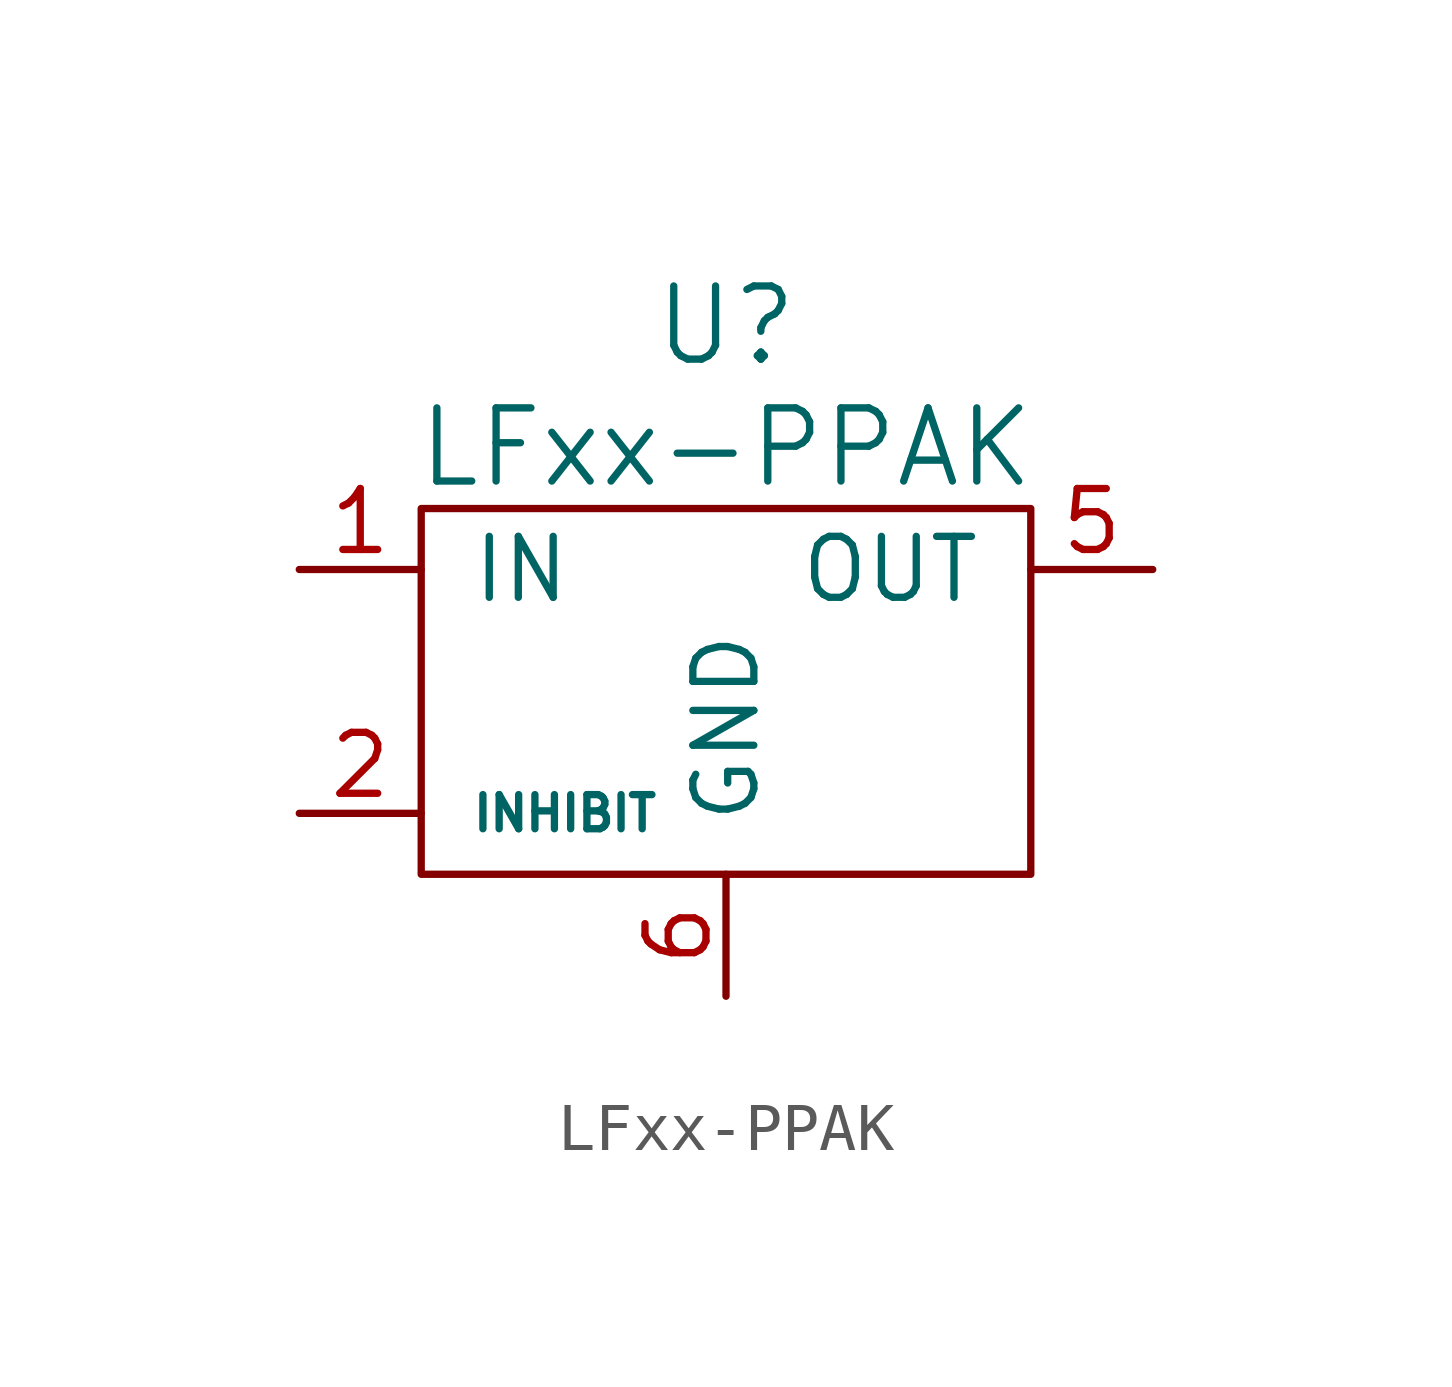
<source format=kicad_sym>
(kicad_symbol_lib
  (version 20220914)
  (generator kicad_symbol_editor)
  (symbol "LFxx-PPAK"
    (pin_names
      (offset 1.016))
    (property "Reference" "U"
      (at 0 5.08 0)
      (effects (font (size 1.524 1.524))))
    (property "Value" "LFxx-PPAK"
      (at 0 2.54 0)
      (effects (font (size 1.524 1.524))))
    (property "Footprint" ""
      (at 0 0 0)
      (effects (font (size 1.524 1.524))))
    (property "Datasheet" ""
      (at 0 0 0)
      (effects (font (size 1.524 1.524))))
    (symbol "LFxx-PPAK_0_1"
      (rectangle (start -6.35 1.27) (end 6.35 -6.35) (stroke (width 0) (type solid)) (fill (type none))))
    (symbol "LFxx-PPAK_1_1"
      (pin input line (at -8.89 0 0) (length 2.54) (name "IN" (effects (font (size 1.27 1.27)))) (number "1" (effects (font (size 1.27 1.27)))))
      (pin input line (at -8.89 -5.08 0) (length 2.54) (name "INHIBIT" (effects (font (size 0.711 0.711)))) (number "2" (effects (font (size 1.27 1.27)))))
      (pin input line (at 8.89 0 180) (length 2.54) (name "OUT" (effects (font (size 1.27 1.27)))) (number "5" (effects (font (size 1.27 1.27)))))
      (pin input line (at 0 -8.89 90) (length 2.54) (name "GND" (effects (font (size 1.27 1.27)))) (number "6" (effects (font (size 1.27 1.27))))))))
</source>
